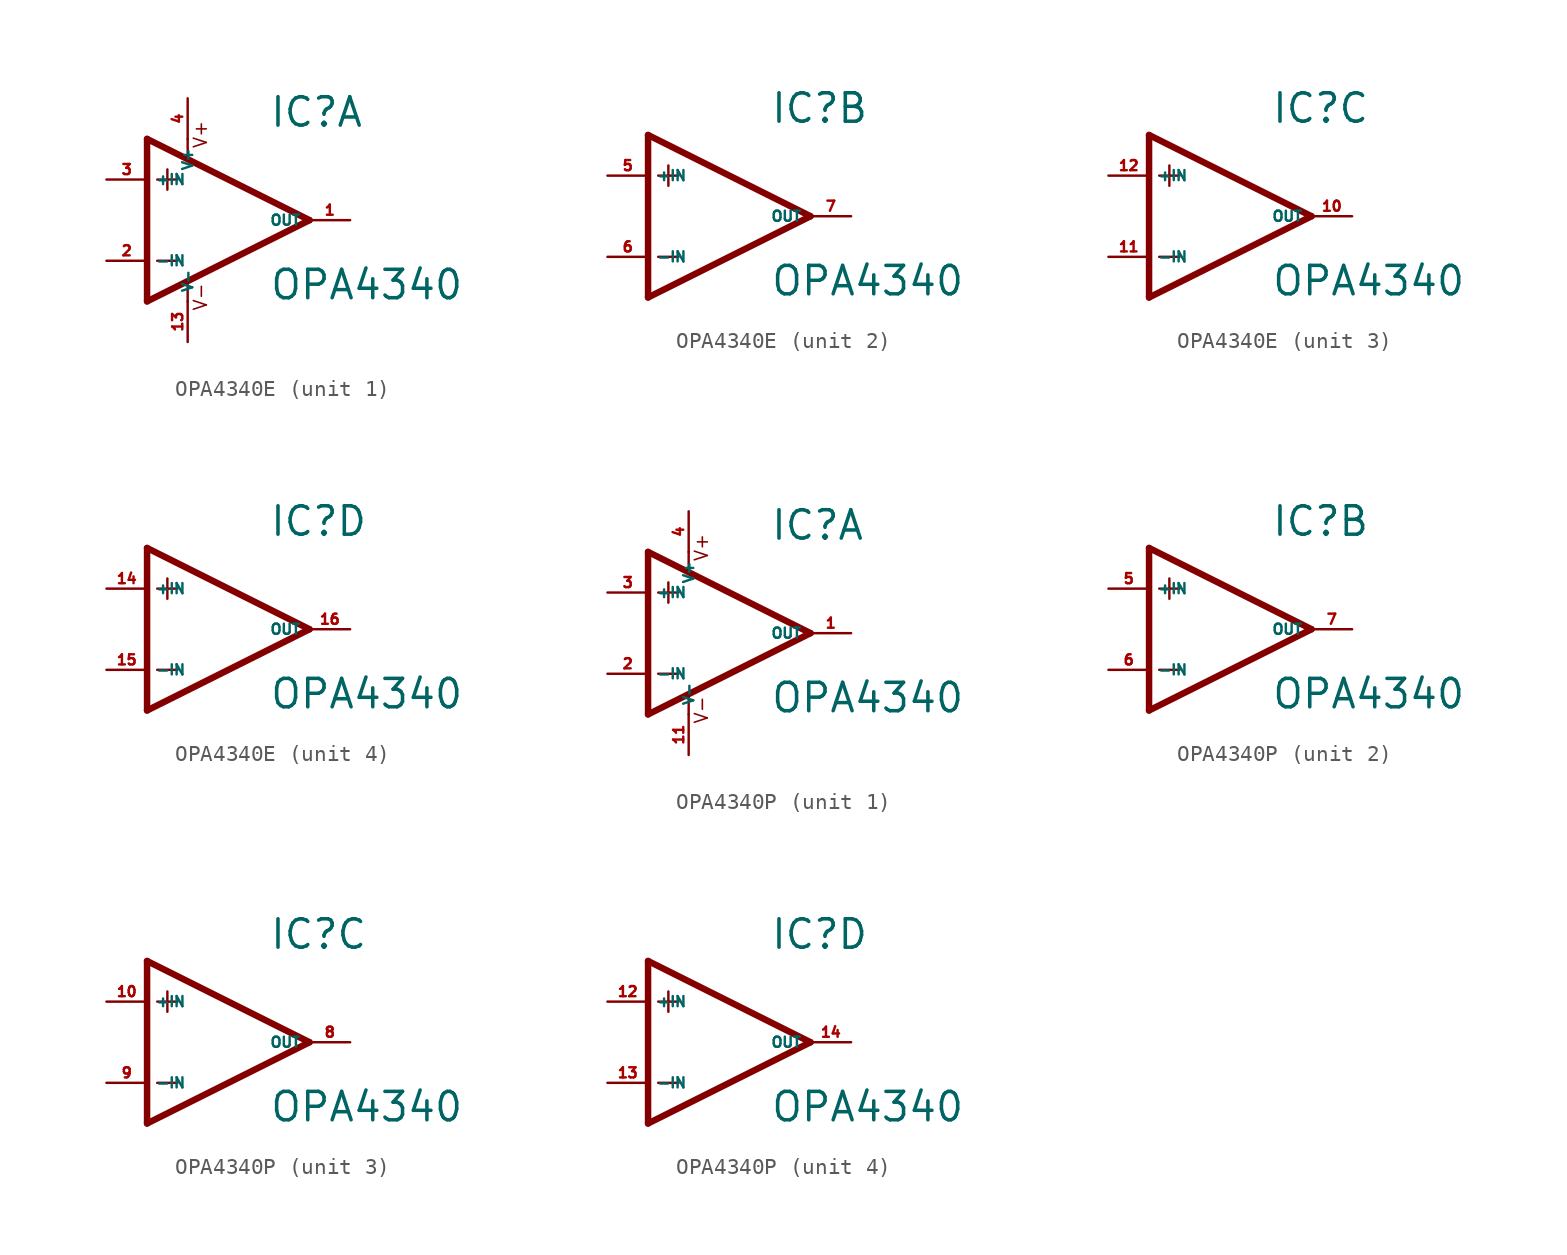
<source format=kicad_sym>
(kicad_symbol_lib
  (version 20220914)
  (generator Eagle2Kicad)
  (symbol "OPA4340E"
    (property "Reference" "IC"
      (at 2.54 5.715 0)
      (effects (font (size 1.778 1.778) (thickness 0.22)) (justify left bottom)))
    (property "Value" "OPA4340"
      (at 2.54 -5.08 0)
      (effects (font (size 1.778 1.778) (thickness 0.22)) (justify left bottom)))
    (symbol "OPA4340E_1_0"
      (polyline (pts (xy -3.81 3.175) (xy -3.81 1.905)) (stroke (width 0.152) (type default)) (fill (type none)))
      (polyline (pts (xy -4.445 2.54) (xy -3.175 2.54)) (stroke (width 0.152) (type default)) (fill (type none)))
      (polyline (pts (xy -4.445 -2.54) (xy -3.175 -2.54)) (stroke (width 0.152) (type default)) (fill (type none)))
      (polyline (pts (xy -2.54 5.08) (xy -2.54 3.886)) (stroke (width 0.152) (type default)) (fill (type none)))
      (polyline (pts (xy -2.54 -3.912) (xy -2.54 -5.08)) (stroke (width 0.152) (type default)) (fill (type none)))
      (polyline (pts (xy 5.08 0) (xy -5.08 5.08)) (stroke (width 0.406) (type default)) (fill (type none)))
      (polyline (pts (xy -5.08 5.08) (xy -5.08 -5.08)) (stroke (width 0.406) (type default)) (fill (type none)))
      (polyline (pts (xy -5.08 -5.08) (xy 5.08 0)) (stroke (width 0.406) (type default)) (fill (type none)))
      (text "V+" (at -1.27 4.445 900) (effects (font (size 0.813 0.813) (thickness 0.10)) (justify left bottom)))
      (text "V-" (at -1.27 -5.715 900) (effects (font (size 0.813 0.813) (thickness 0.10)) (justify left bottom)))
      (pin input line (at -7.62 -2.54 0) (length 2.54) (name "-IN" (effects (font (size 0.635 0.635) (thickness 0.08)) (justify left bottom))) (number "2" (effects (font (size 0.635 0.635) (thickness 0.08)) (justify left bottom))))
      (pin input line (at -7.62 2.54 0) (length 2.54) (name "+IN" (effects (font (size 0.635 0.635) (thickness 0.08)) (justify left bottom))) (number "3" (effects (font (size 0.635 0.635) (thickness 0.08)) (justify left bottom))))
      (pin output line (at 7.62 0 180) (length 2.54) (name "OUT" (effects (font (size 0.635 0.635) (thickness 0.08)) (justify left bottom))) (number "1" (effects (font (size 0.635 0.635) (thickness 0.08)) (justify left bottom))))
      (pin unspecified line (at -2.54 7.62 270) (length 2.54) (name "V+" (effects (font (size 0.635 0.635) (thickness 0.08)) (justify left bottom))) (number "4" (effects (font (size 0.635 0.635) (thickness 0.08)) (justify left bottom))))
      (pin unspecified line (at -2.54 -7.62 90) (length 2.54) (name "V-" (effects (font (size 0.635 0.635) (thickness 0.08)) (justify left bottom))) (number "13" (effects (font (size 0.635 0.635) (thickness 0.08)) (justify left bottom)))))
    (symbol "OPA4340E_2_0"
      (polyline (pts (xy -3.81 3.175) (xy -3.81 1.905)) (stroke (width 0.152) (type default)) (fill (type none)))
      (polyline (pts (xy -4.445 2.54) (xy -3.175 2.54)) (stroke (width 0.152) (type default)) (fill (type none)))
      (polyline (pts (xy -4.445 -2.54) (xy -3.175 -2.54)) (stroke (width 0.152) (type default)) (fill (type none)))
      (polyline (pts (xy 5.08 0) (xy -5.08 5.08)) (stroke (width 0.406) (type default)) (fill (type none)))
      (polyline (pts (xy -5.08 5.08) (xy -5.08 -5.08)) (stroke (width 0.406) (type default)) (fill (type none)))
      (polyline (pts (xy -5.08 -5.08) (xy 5.08 0)) (stroke (width 0.406) (type default)) (fill (type none)))
      (pin input line (at -7.62 -2.54 0) (length 2.54) (name "-IN" (effects (font (size 0.635 0.635) (thickness 0.08)) (justify left bottom))) (number "6" (effects (font (size 0.635 0.635) (thickness 0.08)) (justify left bottom))))
      (pin input line (at -7.62 2.54 0) (length 2.54) (name "+IN" (effects (font (size 0.635 0.635) (thickness 0.08)) (justify left bottom))) (number "5" (effects (font (size 0.635 0.635) (thickness 0.08)) (justify left bottom))))
      (pin output line (at 7.62 0 180) (length 2.54) (name "OUT" (effects (font (size 0.635 0.635) (thickness 0.08)) (justify left bottom))) (number "7" (effects (font (size 0.635 0.635) (thickness 0.08)) (justify left bottom)))))
    (symbol "OPA4340E_3_0"
      (polyline (pts (xy -3.81 3.175) (xy -3.81 1.905)) (stroke (width 0.152) (type default)) (fill (type none)))
      (polyline (pts (xy -4.445 2.54) (xy -3.175 2.54)) (stroke (width 0.152) (type default)) (fill (type none)))
      (polyline (pts (xy -4.445 -2.54) (xy -3.175 -2.54)) (stroke (width 0.152) (type default)) (fill (type none)))
      (polyline (pts (xy 5.08 0) (xy -5.08 5.08)) (stroke (width 0.406) (type default)) (fill (type none)))
      (polyline (pts (xy -5.08 5.08) (xy -5.08 -5.08)) (stroke (width 0.406) (type default)) (fill (type none)))
      (polyline (pts (xy -5.08 -5.08) (xy 5.08 0)) (stroke (width 0.406) (type default)) (fill (type none)))
      (pin input line (at -7.62 -2.54 0) (length 2.54) (name "-IN" (effects (font (size 0.635 0.635) (thickness 0.08)) (justify left bottom))) (number "11" (effects (font (size 0.635 0.635) (thickness 0.08)) (justify left bottom))))
      (pin input line (at -7.62 2.54 0) (length 2.54) (name "+IN" (effects (font (size 0.635 0.635) (thickness 0.08)) (justify left bottom))) (number "12" (effects (font (size 0.635 0.635) (thickness 0.08)) (justify left bottom))))
      (pin output line (at 7.62 0 180) (length 2.54) (name "OUT" (effects (font (size 0.635 0.635) (thickness 0.08)) (justify left bottom))) (number "10" (effects (font (size 0.635 0.635) (thickness 0.08)) (justify left bottom)))))
    (symbol "OPA4340E_4_0"
      (polyline (pts (xy -3.81 3.175) (xy -3.81 1.905)) (stroke (width 0.152) (type default)) (fill (type none)))
      (polyline (pts (xy -4.445 2.54) (xy -3.175 2.54)) (stroke (width 0.152) (type default)) (fill (type none)))
      (polyline (pts (xy -4.445 -2.54) (xy -3.175 -2.54)) (stroke (width 0.152) (type default)) (fill (type none)))
      (polyline (pts (xy 5.08 0) (xy -5.08 5.08)) (stroke (width 0.406) (type default)) (fill (type none)))
      (polyline (pts (xy -5.08 5.08) (xy -5.08 -5.08)) (stroke (width 0.406) (type default)) (fill (type none)))
      (polyline (pts (xy -5.08 -5.08) (xy 5.08 0)) (stroke (width 0.406) (type default)) (fill (type none)))
      (pin input line (at -7.62 -2.54 0) (length 2.54) (name "-IN" (effects (font (size 0.635 0.635) (thickness 0.08)) (justify left bottom))) (number "15" (effects (font (size 0.635 0.635) (thickness 0.08)) (justify left bottom))))
      (pin input line (at -7.62 2.54 0) (length 2.54) (name "+IN" (effects (font (size 0.635 0.635) (thickness 0.08)) (justify left bottom))) (number "14" (effects (font (size 0.635 0.635) (thickness 0.08)) (justify left bottom))))
      (pin output line (at 7.62 0 180) (length 2.54) (name "OUT" (effects (font (size 0.635 0.635) (thickness 0.08)) (justify left bottom))) (number "16" (effects (font (size 0.635 0.635) (thickness 0.08)) (justify left bottom))))))
  (symbol "OPA4340P"
    (property "Reference" "IC"
      (at 2.54 5.715 0)
      (effects (font (size 1.778 1.778) (thickness 0.22)) (justify left bottom)))
    (property "Value" "OPA4340"
      (at 2.54 -5.08 0)
      (effects (font (size 1.778 1.778) (thickness 0.22)) (justify left bottom)))
    (symbol "OPA4340P_1_0"
      (polyline (pts (xy -3.81 3.175) (xy -3.81 1.905)) (stroke (width 0.152) (type default)) (fill (type none)))
      (polyline (pts (xy -4.445 2.54) (xy -3.175 2.54)) (stroke (width 0.152) (type default)) (fill (type none)))
      (polyline (pts (xy -4.445 -2.54) (xy -3.175 -2.54)) (stroke (width 0.152) (type default)) (fill (type none)))
      (polyline (pts (xy -2.54 5.08) (xy -2.54 3.886)) (stroke (width 0.152) (type default)) (fill (type none)))
      (polyline (pts (xy -2.54 -3.912) (xy -2.54 -5.08)) (stroke (width 0.152) (type default)) (fill (type none)))
      (polyline (pts (xy 5.08 0) (xy -5.08 5.08)) (stroke (width 0.406) (type default)) (fill (type none)))
      (polyline (pts (xy -5.08 5.08) (xy -5.08 -5.08)) (stroke (width 0.406) (type default)) (fill (type none)))
      (polyline (pts (xy -5.08 -5.08) (xy 5.08 0)) (stroke (width 0.406) (type default)) (fill (type none)))
      (text "V+" (at -1.27 4.445 900) (effects (font (size 0.813 0.813) (thickness 0.10)) (justify left bottom)))
      (text "V-" (at -1.27 -5.715 900) (effects (font (size 0.813 0.813) (thickness 0.10)) (justify left bottom)))
      (pin input line (at -7.62 -2.54 0) (length 2.54) (name "-IN" (effects (font (size 0.635 0.635) (thickness 0.08)) (justify left bottom))) (number "2" (effects (font (size 0.635 0.635) (thickness 0.08)) (justify left bottom))))
      (pin input line (at -7.62 2.54 0) (length 2.54) (name "+IN" (effects (font (size 0.635 0.635) (thickness 0.08)) (justify left bottom))) (number "3" (effects (font (size 0.635 0.635) (thickness 0.08)) (justify left bottom))))
      (pin output line (at 7.62 0 180) (length 2.54) (name "OUT" (effects (font (size 0.635 0.635) (thickness 0.08)) (justify left bottom))) (number "1" (effects (font (size 0.635 0.635) (thickness 0.08)) (justify left bottom))))
      (pin unspecified line (at -2.54 7.62 270) (length 2.54) (name "V+" (effects (font (size 0.635 0.635) (thickness 0.08)) (justify left bottom))) (number "4" (effects (font (size 0.635 0.635) (thickness 0.08)) (justify left bottom))))
      (pin unspecified line (at -2.54 -7.62 90) (length 2.54) (name "V-" (effects (font (size 0.635 0.635) (thickness 0.08)) (justify left bottom))) (number "11" (effects (font (size 0.635 0.635) (thickness 0.08)) (justify left bottom)))))
    (symbol "OPA4340P_2_0"
      (polyline (pts (xy -3.81 3.175) (xy -3.81 1.905)) (stroke (width 0.152) (type default)) (fill (type none)))
      (polyline (pts (xy -4.445 2.54) (xy -3.175 2.54)) (stroke (width 0.152) (type default)) (fill (type none)))
      (polyline (pts (xy -4.445 -2.54) (xy -3.175 -2.54)) (stroke (width 0.152) (type default)) (fill (type none)))
      (polyline (pts (xy 5.08 0) (xy -5.08 5.08)) (stroke (width 0.406) (type default)) (fill (type none)))
      (polyline (pts (xy -5.08 5.08) (xy -5.08 -5.08)) (stroke (width 0.406) (type default)) (fill (type none)))
      (polyline (pts (xy -5.08 -5.08) (xy 5.08 0)) (stroke (width 0.406) (type default)) (fill (type none)))
      (pin input line (at -7.62 -2.54 0) (length 2.54) (name "-IN" (effects (font (size 0.635 0.635) (thickness 0.08)) (justify left bottom))) (number "6" (effects (font (size 0.635 0.635) (thickness 0.08)) (justify left bottom))))
      (pin input line (at -7.62 2.54 0) (length 2.54) (name "+IN" (effects (font (size 0.635 0.635) (thickness 0.08)) (justify left bottom))) (number "5" (effects (font (size 0.635 0.635) (thickness 0.08)) (justify left bottom))))
      (pin output line (at 7.62 0 180) (length 2.54) (name "OUT" (effects (font (size 0.635 0.635) (thickness 0.08)) (justify left bottom))) (number "7" (effects (font (size 0.635 0.635) (thickness 0.08)) (justify left bottom)))))
    (symbol "OPA4340P_3_0"
      (polyline (pts (xy -3.81 3.175) (xy -3.81 1.905)) (stroke (width 0.152) (type default)) (fill (type none)))
      (polyline (pts (xy -4.445 2.54) (xy -3.175 2.54)) (stroke (width 0.152) (type default)) (fill (type none)))
      (polyline (pts (xy -4.445 -2.54) (xy -3.175 -2.54)) (stroke (width 0.152) (type default)) (fill (type none)))
      (polyline (pts (xy 5.08 0) (xy -5.08 5.08)) (stroke (width 0.406) (type default)) (fill (type none)))
      (polyline (pts (xy -5.08 5.08) (xy -5.08 -5.08)) (stroke (width 0.406) (type default)) (fill (type none)))
      (polyline (pts (xy -5.08 -5.08) (xy 5.08 0)) (stroke (width 0.406) (type default)) (fill (type none)))
      (pin input line (at -7.62 -2.54 0) (length 2.54) (name "-IN" (effects (font (size 0.635 0.635) (thickness 0.08)) (justify left bottom))) (number "9" (effects (font (size 0.635 0.635) (thickness 0.08)) (justify left bottom))))
      (pin input line (at -7.62 2.54 0) (length 2.54) (name "+IN" (effects (font (size 0.635 0.635) (thickness 0.08)) (justify left bottom))) (number "10" (effects (font (size 0.635 0.635) (thickness 0.08)) (justify left bottom))))
      (pin output line (at 7.62 0 180) (length 2.54) (name "OUT" (effects (font (size 0.635 0.635) (thickness 0.08)) (justify left bottom))) (number "8" (effects (font (size 0.635 0.635) (thickness 0.08)) (justify left bottom)))))
    (symbol "OPA4340P_4_0"
      (polyline (pts (xy -3.81 3.175) (xy -3.81 1.905)) (stroke (width 0.152) (type default)) (fill (type none)))
      (polyline (pts (xy -4.445 2.54) (xy -3.175 2.54)) (stroke (width 0.152) (type default)) (fill (type none)))
      (polyline (pts (xy -4.445 -2.54) (xy -3.175 -2.54)) (stroke (width 0.152) (type default)) (fill (type none)))
      (polyline (pts (xy 5.08 0) (xy -5.08 5.08)) (stroke (width 0.406) (type default)) (fill (type none)))
      (polyline (pts (xy -5.08 5.08) (xy -5.08 -5.08)) (stroke (width 0.406) (type default)) (fill (type none)))
      (polyline (pts (xy -5.08 -5.08) (xy 5.08 0)) (stroke (width 0.406) (type default)) (fill (type none)))
      (pin input line (at -7.62 -2.54 0) (length 2.54) (name "-IN" (effects (font (size 0.635 0.635) (thickness 0.08)) (justify left bottom))) (number "13" (effects (font (size 0.635 0.635) (thickness 0.08)) (justify left bottom))))
      (pin input line (at -7.62 2.54 0) (length 2.54) (name "+IN" (effects (font (size 0.635 0.635) (thickness 0.08)) (justify left bottom))) (number "12" (effects (font (size 0.635 0.635) (thickness 0.08)) (justify left bottom))))
      (pin output line (at 7.62 0 180) (length 2.54) (name "OUT" (effects (font (size 0.635 0.635) (thickness 0.08)) (justify left bottom))) (number "14" (effects (font (size 0.635 0.635) (thickness 0.08)) (justify left bottom)))))))
</source>
